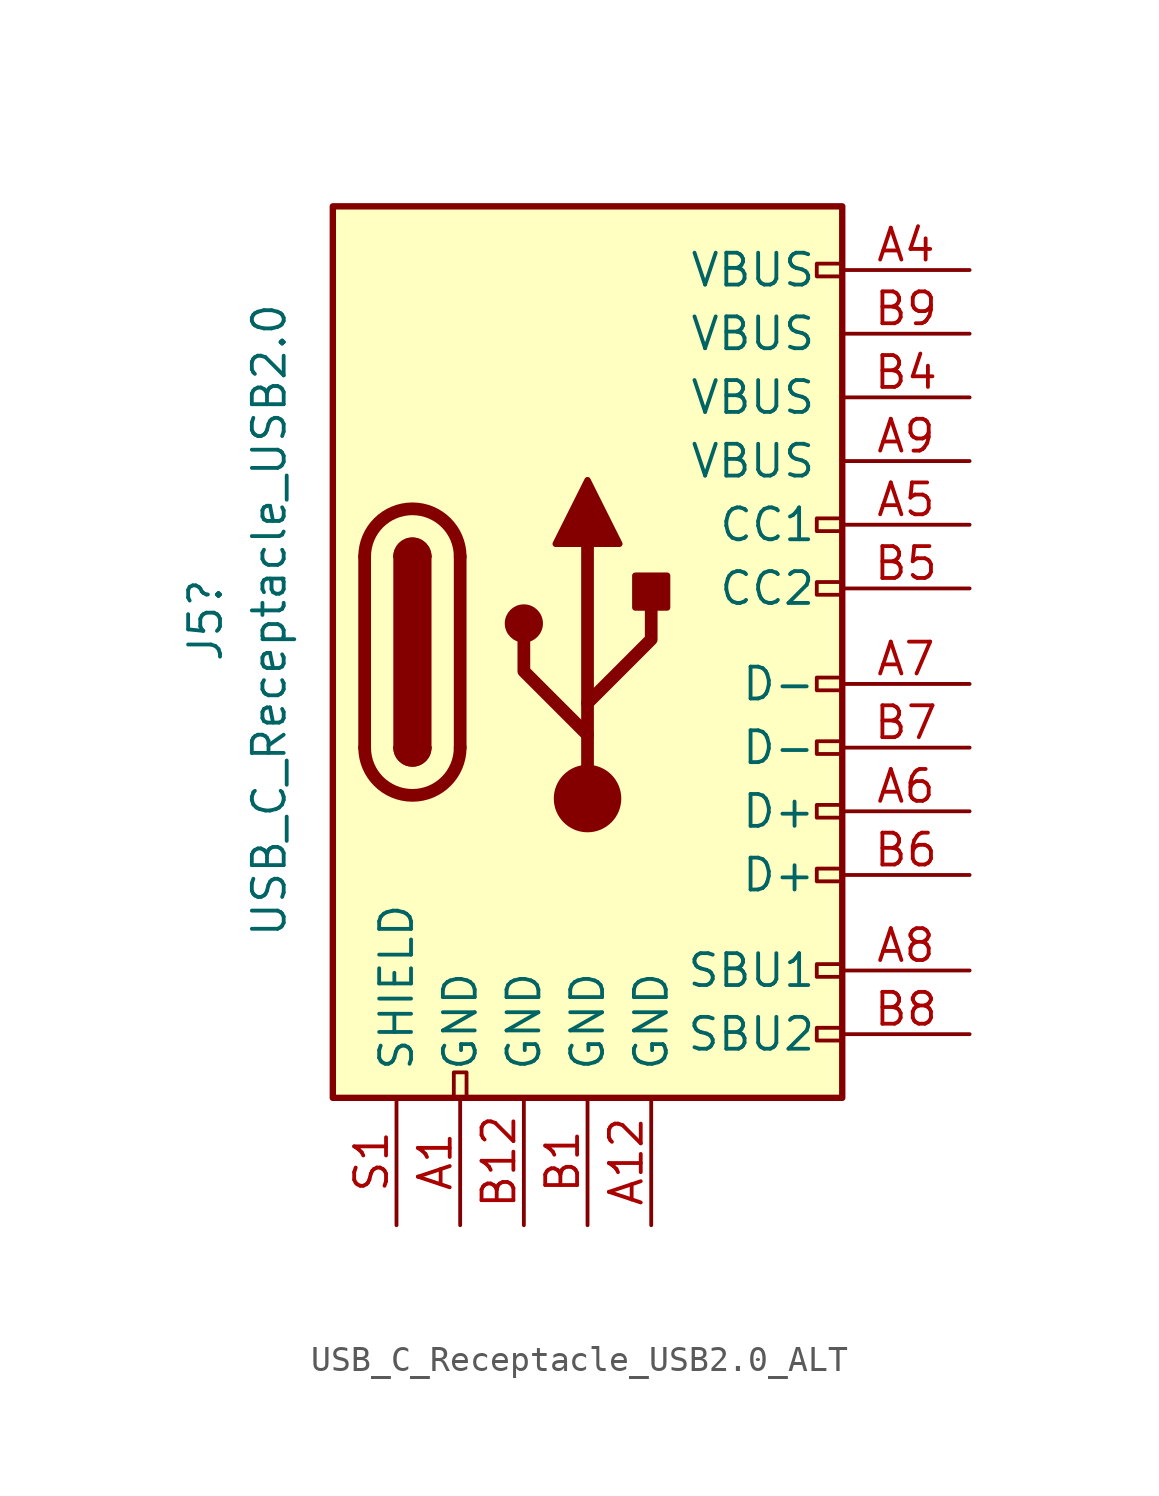
<source format=kicad_sym>
(kicad_symbol_lib
  (version 20220914)
  (generator kicad_symbol_editor)
  (symbol "USB_C_Receptacle_USB2.0_ALT"
    (pin_names
      (offset 1.016))
    (property "Reference" "J5"
      (at -15.24 1.27 90)
      (effects (font (size 1.27 1.27))))
    (property "Value" "USB_C_Receptacle_USB2.0"
      (at -12.7 1.27 90)
      (effects (font (size 1.27 1.27))))
    (symbol "USB_C_Receptacle_USB2.0_ALT_0_0"
      (rectangle (start -5.334 -16.764) (end -4.826 -17.78) (stroke (width 0) (type default)) (fill (type none)))
      (rectangle (start 10.16 -14.986) (end 9.144 -15.494) (stroke (width 0) (type default)) (fill (type none)))
      (rectangle (start 10.16 -12.446) (end 9.144 -12.954) (stroke (width 0) (type default)) (fill (type none)))
      (rectangle (start 10.16 -8.636) (end 9.144 -9.144) (stroke (width 0) (type default)) (fill (type none)))
      (rectangle (start 10.16 -6.096) (end 9.144 -6.604) (stroke (width 0) (type default)) (fill (type none)))
      (rectangle (start 10.16 -3.556) (end 9.144 -4.064) (stroke (width 0) (type default)) (fill (type none)))
      (rectangle (start 10.16 -1.016) (end 9.144 -1.524) (stroke (width 0) (type default)) (fill (type none)))
      (rectangle (start 10.16 2.794) (end 9.144 2.286) (stroke (width 0) (type default)) (fill (type none)))
      (rectangle (start 10.16 5.334) (end 9.144 4.826) (stroke (width 0) (type default)) (fill (type none)))
      (rectangle (start 10.16 15.494) (end 9.144 14.986) (stroke (width 0) (type default)) (fill (type none))))
    (symbol "USB_C_Receptacle_USB2.0_ALT_0_1"
      (rectangle (start -10.16 17.78) (end 10.16 -17.78) (stroke (width 0.254) (type default)) (fill (type background)))
      (arc (start -8.89 -3.81) (mid -6.985 -5.7067) (end -5.08 -3.81) (stroke (width 0.508) (type default)) (fill (type none)))
      (arc (start -7.62 -3.81) (mid -6.985 -4.4423) (end -6.35 -3.81) (stroke (width 0.254) (type default)) (fill (type none)))
      (arc (start -7.62 -3.81) (mid -6.985 -4.4423) (end -6.35 -3.81) (stroke (width 0.254) (type default)) (fill (type outline)))
      (rectangle (start -7.62 -3.81) (end -6.35 3.81) (stroke (width 0.254) (type default)) (fill (type outline)))
      (arc (start -6.35 3.81) (mid -6.985 4.4423) (end -7.62 3.81) (stroke (width 0.254) (type default)) (fill (type none)))
      (arc (start -6.35 3.81) (mid -6.985 4.4423) (end -7.62 3.81) (stroke (width 0.254) (type default)) (fill (type outline)))
      (arc (start -5.08 3.81) (mid -6.985 5.7067) (end -8.89 3.81) (stroke (width 0.508) (type default)) (fill (type none)))
      (circle (center -2.54 1.143) (radius 0.635) (stroke (width 0.254) (type default)) (fill (type outline)))
      (circle (center 0 -5.842) (radius 1.27) (stroke (width 0) (type default)) (fill (type outline)))
      (polyline (pts (xy -8.89 -3.81) (xy -8.89 3.81)) (stroke (width 0.508) (type default)) (fill (type none)))
      (polyline (pts (xy -5.08 3.81) (xy -5.08 -3.81)) (stroke (width 0.508) (type default)) (fill (type none)))
      (polyline (pts (xy 0 -5.842) (xy 0 4.318)) (stroke (width 0.508) (type default)) (fill (type none)))
      (polyline (pts (xy 0 -3.302) (xy -2.54 -0.762) (xy -2.54 0.508)) (stroke (width 0.508) (type default)) (fill (type none)))
      (polyline (pts (xy 0 -2.032) (xy 2.54 0.508) (xy 2.54 1.778)) (stroke (width 0.508) (type default)) (fill (type none)))
      (polyline (pts (xy -1.27 4.318) (xy 0 6.858) (xy 1.27 4.318) (xy -1.27 4.318)) (stroke (width 0.254) (type default)) (fill (type outline)))
      (rectangle (start 1.905 1.778) (end 3.175 3.048) (stroke (width 0.254) (type default)) (fill (type outline))))
    (symbol "USB_C_Receptacle_USB2.0_ALT_1_1"
      (pin passive line (at -5.08 -22.86 90) (length 5.08) (name "GND" (effects (font (size 1.27 1.27)))) (number "A1" (effects (font (size 1.27 1.27)))))
      (pin passive line (at 2.54 -22.86 90) (length 5.08) (name "GND" (effects (font (size 1.27 1.27)))) (number "A12" (effects (font (size 1.27 1.27)))))
      (pin passive line (at 15.24 15.24 180) (length 5.08) (name "VBUS" (effects (font (size 1.27 1.27)))) (number "A4" (effects (font (size 1.27 1.27)))))
      (pin bidirectional line (at 15.24 5.08 180) (length 5.08) (name "CC1" (effects (font (size 1.27 1.27)))) (number "A5" (effects (font (size 1.27 1.27)))))
      (pin bidirectional line (at 15.24 -6.35 180) (length 5.08) (name "D+" (effects (font (size 1.27 1.27)))) (number "A6" (effects (font (size 1.27 1.27)))))
      (pin bidirectional line (at 15.24 -1.27 180) (length 5.08) (name "D-" (effects (font (size 1.27 1.27)))) (number "A7" (effects (font (size 1.27 1.27)))))
      (pin bidirectional line (at 15.24 -12.7 180) (length 5.08) (name "SBU1" (effects (font (size 1.27 1.27)))) (number "A8" (effects (font (size 1.27 1.27)))))
      (pin passive line (at 15.24 7.62 180) (length 5.08) (name "VBUS" (effects (font (size 1.27 1.27)))) (number "A9" (effects (font (size 1.27 1.27)))))
      (pin passive line (at 0 -22.86 90) (length 5.08) (name "GND" (effects (font (size 1.27 1.27)))) (number "B1" (effects (font (size 1.27 1.27)))))
      (pin passive line (at -2.54 -22.86 90) (length 5.08) (name "GND" (effects (font (size 1.27 1.27)))) (number "B12" (effects (font (size 1.27 1.27)))))
      (pin passive line (at 15.24 10.16 180) (length 5.08) (name "VBUS" (effects (font (size 1.27 1.27)))) (number "B4" (effects (font (size 1.27 1.27)))))
      (pin bidirectional line (at 15.24 2.54 180) (length 5.08) (name "CC2" (effects (font (size 1.27 1.27)))) (number "B5" (effects (font (size 1.27 1.27)))))
      (pin bidirectional line (at 15.24 -8.89 180) (length 5.08) (name "D+" (effects (font (size 1.27 1.27)))) (number "B6" (effects (font (size 1.27 1.27)))))
      (pin bidirectional line (at 15.24 -3.81 180) (length 5.08) (name "D-" (effects (font (size 1.27 1.27)))) (number "B7" (effects (font (size 1.27 1.27)))))
      (pin bidirectional line (at 15.24 -15.24 180) (length 5.08) (name "SBU2" (effects (font (size 1.27 1.27)))) (number "B8" (effects (font (size 1.27 1.27)))))
      (pin passive line (at 15.24 12.7 180) (length 5.08) (name "VBUS" (effects (font (size 1.27 1.27)))) (number "B9" (effects (font (size 1.27 1.27)))))
      (pin passive line (at -7.62 -22.86 90) (length 5.08) (name "SHIELD" (effects (font (size 1.27 1.27)))) (number "S1" (effects (font (size 1.27 1.27))))))))
</source>
